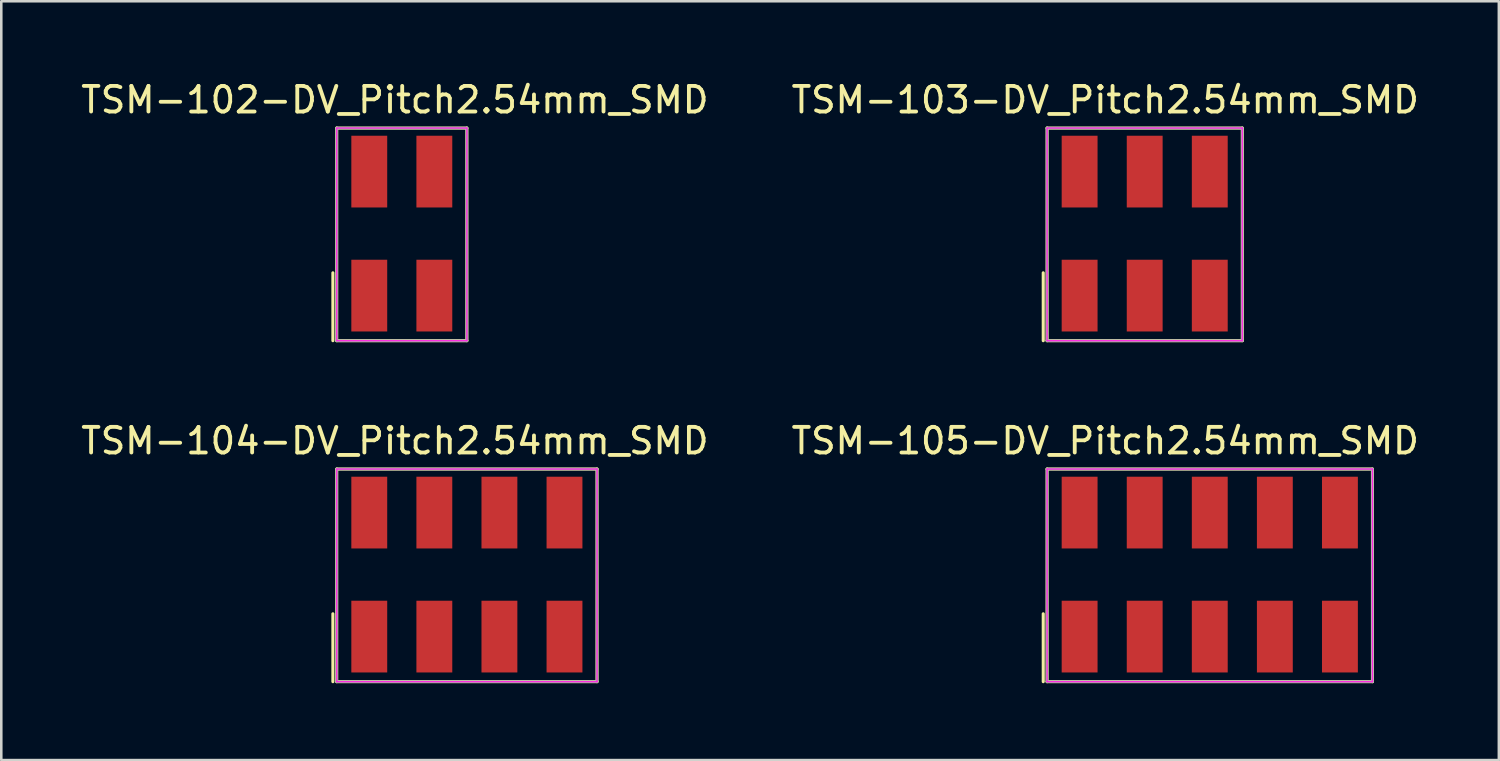
<source format=kicad_pcb>
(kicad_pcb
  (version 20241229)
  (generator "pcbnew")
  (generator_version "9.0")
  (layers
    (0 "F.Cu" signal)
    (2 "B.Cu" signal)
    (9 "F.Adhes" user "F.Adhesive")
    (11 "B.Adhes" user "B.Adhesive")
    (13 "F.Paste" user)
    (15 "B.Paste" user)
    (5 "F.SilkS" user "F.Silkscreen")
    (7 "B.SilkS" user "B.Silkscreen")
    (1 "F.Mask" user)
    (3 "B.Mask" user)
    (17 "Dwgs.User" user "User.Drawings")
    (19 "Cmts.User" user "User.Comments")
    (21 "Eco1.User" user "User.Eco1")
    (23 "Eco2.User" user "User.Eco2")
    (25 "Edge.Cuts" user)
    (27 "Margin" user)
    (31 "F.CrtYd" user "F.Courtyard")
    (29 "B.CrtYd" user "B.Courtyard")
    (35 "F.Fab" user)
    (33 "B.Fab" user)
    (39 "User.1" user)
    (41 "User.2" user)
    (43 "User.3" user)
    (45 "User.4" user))
  (footprint "TSM-104-DV_Pitch2.54mm_SMD"
    (layer "F.Cu")
    (at 15.173 19.377)
    (property "Reference" "TSM-104-DV_Pitch2.54mm_SMD" (at -2.81 -5.22 0) (layer "F.SilkS") (effects (font (size 1 1) (thickness 0.15))))
    (attr smd)
    (fp_line (start -5.23 4.18) (end -5.23 1.53) (stroke (width 0.12) (type solid)) (layer "F.SilkS"))
    (fp_line (start -5.08 -4.12) (end 5.08 -4.12) (stroke (width 0.12) (type solid)) (layer "F.SilkS"))
    (fp_line (start -5.08 4.18) (end -5.08 -4.12) (stroke (width 0.12) (type solid)) (layer "F.SilkS"))
    (fp_line (start 5.08 -4.12) (end 5.08 4.18) (stroke (width 0.12) (type solid)) (layer "F.SilkS"))
    (fp_line (start 5.08 4.18) (end -5.08 4.18) (stroke (width 0.12) (type solid)) (layer "F.SilkS"))
    (fp_line (start -5.08 -4.12) (end 5.08 -4.12) (stroke (width 0.05) (type solid)) (layer "F.CrtYd"))
    (fp_line (start -5.08 4.18) (end -5.08 -4.12) (stroke (width 0.05) (type solid)) (layer "F.CrtYd"))
    (fp_line (start 5.08 -4.12) (end 5.08 4.18) (stroke (width 0.05) (type solid)) (layer "F.CrtYd"))
    (fp_line (start 5.08 4.18) (end -5.08 4.18) (stroke (width 0.05) (type solid)) (layer "F.CrtYd"))
    (fp_line (start -5.08 -4.12) (end 5.08 -4.12) (stroke (width 0.1) (type solid)) (layer "F.Fab"))
    (fp_line (start -5.08 4.18) (end -5.08 -4.12) (stroke (width 0.1) (type solid)) (layer "F.Fab"))
    (fp_line (start 5.08 -4.12) (end 5.08 4.18) (stroke (width 0.1) (type solid)) (layer "F.Fab"))
    (fp_line (start 5.08 4.18) (end -5.08 4.18) (stroke (width 0.1) (type solid)) (layer "F.Fab"))
    (pad "1" smd rect (at -3.81 2.42) (size 1.4 2.8) (layers "F.Cu" "F.Mask" "F.Paste"))
    (pad "2" smd rect (at -3.81 -2.42) (size 1.4 2.8) (layers "F.Cu" "F.Mask" "F.Paste"))
    (pad "3" smd rect (at -1.27 2.42) (size 1.4 2.8) (layers "F.Cu" "F.Mask" "F.Paste"))
    (pad "4" smd rect (at -1.27 -2.42) (size 1.4 2.8) (layers "F.Cu" "F.Mask" "F.Paste"))
    (pad "5" smd rect (at 1.27 2.42) (size 1.4 2.8) (layers "F.Cu" "F.Mask" "F.Paste"))
    (pad "6" smd rect (at 1.27 -2.42) (size 1.4 2.8) (layers "F.Cu" "F.Mask" "F.Paste"))
    (pad "7" smd rect (at 3.81 2.42) (size 1.4 2.8) (layers "F.Cu" "F.Mask" "F.Paste"))
    (pad "8" smd rect (at 3.81 -2.42) (size 1.4 2.8) (layers "F.Cu" "F.Mask" "F.Paste")))
  (footprint "TSM-105-DV_Pitch2.54mm_SMD"
    (layer "F.Cu")
    (at 44.169 19.377)
    (property "Reference" "TSM-105-DV_Pitch2.54mm_SMD" (at -4.08 -5.22 0) (layer "F.SilkS") (effects (font (size 1 1) (thickness 0.15))))
    (attr smd)
    (fp_line (start -6.5 4.18) (end -6.5 1.53) (stroke (width 0.12) (type solid)) (layer "F.SilkS"))
    (fp_line (start -6.35 -4.12) (end 6.35 -4.12) (stroke (width 0.12) (type solid)) (layer "F.SilkS"))
    (fp_line (start -6.35 4.18) (end -6.35 -4.12) (stroke (width 0.12) (type solid)) (layer "F.SilkS"))
    (fp_line (start 6.35 -4.12) (end 6.35 4.18) (stroke (width 0.12) (type solid)) (layer "F.SilkS"))
    (fp_line (start 6.35 4.18) (end -6.35 4.18) (stroke (width 0.12) (type solid)) (layer "F.SilkS"))
    (fp_line (start -6.35 -4.12) (end 6.35 -4.12) (stroke (width 0.05) (type solid)) (layer "F.CrtYd"))
    (fp_line (start -6.35 4.18) (end -6.35 -4.12) (stroke (width 0.05) (type solid)) (layer "F.CrtYd"))
    (fp_line (start 6.35 -4.12) (end 6.35 4.18) (stroke (width 0.05) (type solid)) (layer "F.CrtYd"))
    (fp_line (start 6.35 4.18) (end -6.35 4.18) (stroke (width 0.05) (type solid)) (layer "F.CrtYd"))
    (fp_line (start -6.35 -4.12) (end 6.35 -4.12) (stroke (width 0.1) (type solid)) (layer "F.Fab"))
    (fp_line (start -6.35 4.18) (end -6.35 -4.12) (stroke (width 0.1) (type solid)) (layer "F.Fab"))
    (fp_line (start 6.35 -4.12) (end 6.35 4.18) (stroke (width 0.1) (type solid)) (layer "F.Fab"))
    (fp_line (start 6.35 4.18) (end -6.35 4.18) (stroke (width 0.1) (type solid)) (layer "F.Fab"))
    (pad "1" smd rect (at -5.08 2.42) (size 1.4 2.8) (layers "F.Cu" "F.Mask" "F.Paste"))
    (pad "2" smd rect (at -5.08 -2.42) (size 1.4 2.8) (layers "F.Cu" "F.Mask" "F.Paste"))
    (pad "3" smd rect (at -2.54 2.42) (size 1.4 2.8) (layers "F.Cu" "F.Mask" "F.Paste"))
    (pad "4" smd rect (at -2.54 -2.42) (size 1.4 2.8) (layers "F.Cu" "F.Mask" "F.Paste"))
    (pad "5" smd rect (at 0 2.42) (size 1.4 2.8) (layers "F.Cu" "F.Mask" "F.Paste"))
    (pad "6" smd rect (at 0 -2.42) (size 1.4 2.8) (layers "F.Cu" "F.Mask" "F.Paste"))
    (pad "7" smd rect (at 2.54 2.42) (size 1.4 2.8) (layers "F.Cu" "F.Mask" "F.Paste"))
    (pad "8" smd rect (at 2.54 -2.42) (size 1.4 2.8) (layers "F.Cu" "F.Mask" "F.Paste"))
    (pad "9" smd rect (at 5.08 2.42) (size 1.4 2.8) (layers "F.Cu" "F.Mask" "F.Paste"))
    (pad "10" smd rect (at 5.08 -2.42) (size 1.4 2.8) (layers "F.Cu" "F.Mask" "F.Paste")))
  (footprint "TSM-102-DV_Pitch2.54mm_SMD"
    (layer "F.Cu")
    (at 12.633 6.068)
    (property "Reference" "TSM-102-DV_Pitch2.54mm_SMD" (at -0.27 -5.22 0) (layer "F.SilkS") (effects (font (size 1 1) (thickness 0.15))))
    (attr smd)
    (fp_line (start -2.69 4.18) (end -2.69 1.53) (stroke (width 0.12) (type solid)) (layer "F.SilkS"))
    (fp_line (start -2.54 -4.12) (end 2.54 -4.12) (stroke (width 0.12) (type solid)) (layer "F.SilkS"))
    (fp_line (start -2.54 4.18) (end -2.54 -4.12) (stroke (width 0.12) (type solid)) (layer "F.SilkS"))
    (fp_line (start 2.54 -4.12) (end 2.54 4.18) (stroke (width 0.12) (type solid)) (layer "F.SilkS"))
    (fp_line (start 2.54 4.18) (end -2.54 4.18) (stroke (width 0.12) (type solid)) (layer "F.SilkS"))
    (fp_line (start -2.54 -4.12) (end 2.54 -4.12) (stroke (width 0.05) (type solid)) (layer "F.CrtYd"))
    (fp_line (start -2.54 4.18) (end -2.54 -4.12) (stroke (width 0.05) (type solid)) (layer "F.CrtYd"))
    (fp_line (start 2.54 -4.12) (end 2.54 4.18) (stroke (width 0.05) (type solid)) (layer "F.CrtYd"))
    (fp_line (start 2.54 4.18) (end -2.54 4.18) (stroke (width 0.05) (type solid)) (layer "F.CrtYd"))
    (fp_line (start -2.54 -4.12) (end 2.54 -4.12) (stroke (width 0.1) (type solid)) (layer "F.Fab"))
    (fp_line (start -2.54 4.18) (end -2.54 -4.12) (stroke (width 0.1) (type solid)) (layer "F.Fab"))
    (fp_line (start 2.54 -4.12) (end 2.54 4.18) (stroke (width 0.1) (type solid)) (layer "F.Fab"))
    (fp_line (start 2.54 4.18) (end -2.54 4.18) (stroke (width 0.1) (type solid)) (layer "F.Fab"))
    (pad "1" smd rect (at -1.27 2.42) (size 1.4 2.8) (layers "F.Cu" "F.Mask" "F.Paste"))
    (pad "2" smd rect (at -1.27 -2.42) (size 1.4 2.8) (layers "F.Cu" "F.Mask" "F.Paste"))
    (pad "3" smd rect (at 1.27 2.42) (size 1.4 2.8) (layers "F.Cu" "F.Mask" "F.Paste"))
    (pad "4" smd rect (at 1.27 -2.42) (size 1.4 2.8) (layers "F.Cu" "F.Mask" "F.Paste")))
  (footprint "TSM-103-DV_Pitch2.54mm_SMD"
    (layer "F.Cu")
    (at 41.629 6.068)
    (property "Reference" "TSM-103-DV_Pitch2.54mm_SMD" (at -1.54 -5.22 0) (layer "F.SilkS") (effects (font (size 1 1) (thickness 0.15))))
    (attr smd)
    (fp_line (start -3.96 4.18) (end -3.96 1.53) (stroke (width 0.12) (type solid)) (layer "F.SilkS"))
    (fp_line (start -3.81 -4.12) (end 3.81 -4.12) (stroke (width 0.12) (type solid)) (layer "F.SilkS"))
    (fp_line (start -3.81 4.18) (end -3.81 -4.12) (stroke (width 0.12) (type solid)) (layer "F.SilkS"))
    (fp_line (start 3.81 -4.12) (end 3.81 4.18) (stroke (width 0.12) (type solid)) (layer "F.SilkS"))
    (fp_line (start 3.81 4.18) (end -3.81 4.18) (stroke (width 0.12) (type solid)) (layer "F.SilkS"))
    (fp_line (start -3.81 -4.12) (end 3.81 -4.12) (stroke (width 0.05) (type solid)) (layer "F.CrtYd"))
    (fp_line (start -3.81 4.18) (end -3.81 -4.12) (stroke (width 0.05) (type solid)) (layer "F.CrtYd"))
    (fp_line (start 3.81 -4.12) (end 3.81 4.18) (stroke (width 0.05) (type solid)) (layer "F.CrtYd"))
    (fp_line (start 3.81 4.18) (end -3.81 4.18) (stroke (width 0.05) (type solid)) (layer "F.CrtYd"))
    (fp_line (start -3.81 -4.12) (end 3.81 -4.12) (stroke (width 0.1) (type solid)) (layer "F.Fab"))
    (fp_line (start -3.81 4.18) (end -3.81 -4.12) (stroke (width 0.1) (type solid)) (layer "F.Fab"))
    (fp_line (start 3.81 -4.12) (end 3.81 4.18) (stroke (width 0.1) (type solid)) (layer "F.Fab"))
    (fp_line (start 3.81 4.18) (end -3.81 4.18) (stroke (width 0.1) (type solid)) (layer "F.Fab"))
    (pad "1" smd rect (at -2.54 2.42) (size 1.4 2.8) (layers "F.Cu" "F.Mask" "F.Paste"))
    (pad "2" smd rect (at -2.54 -2.42) (size 1.4 2.8) (layers "F.Cu" "F.Mask" "F.Paste"))
    (pad "3" smd rect (at 0 2.42) (size 1.4 2.8) (layers "F.Cu" "F.Mask" "F.Paste"))
    (pad "4" smd rect (at 0 -2.42) (size 1.4 2.8) (layers "F.Cu" "F.Mask" "F.Paste"))
    (pad "5" smd rect (at 2.54 2.42) (size 1.4 2.8) (layers "F.Cu" "F.Mask" "F.Paste"))
    (pad "6" smd rect (at 2.54 -2.42) (size 1.4 2.8) (layers "F.Cu" "F.Mask" "F.Paste")))
  (gr_rect
    (start -3 -3)
    (end 55.452 26.616)
    (stroke (width 0.1) (type default))
    (fill no)
    (layer "Edge.Cuts")))
</source>
